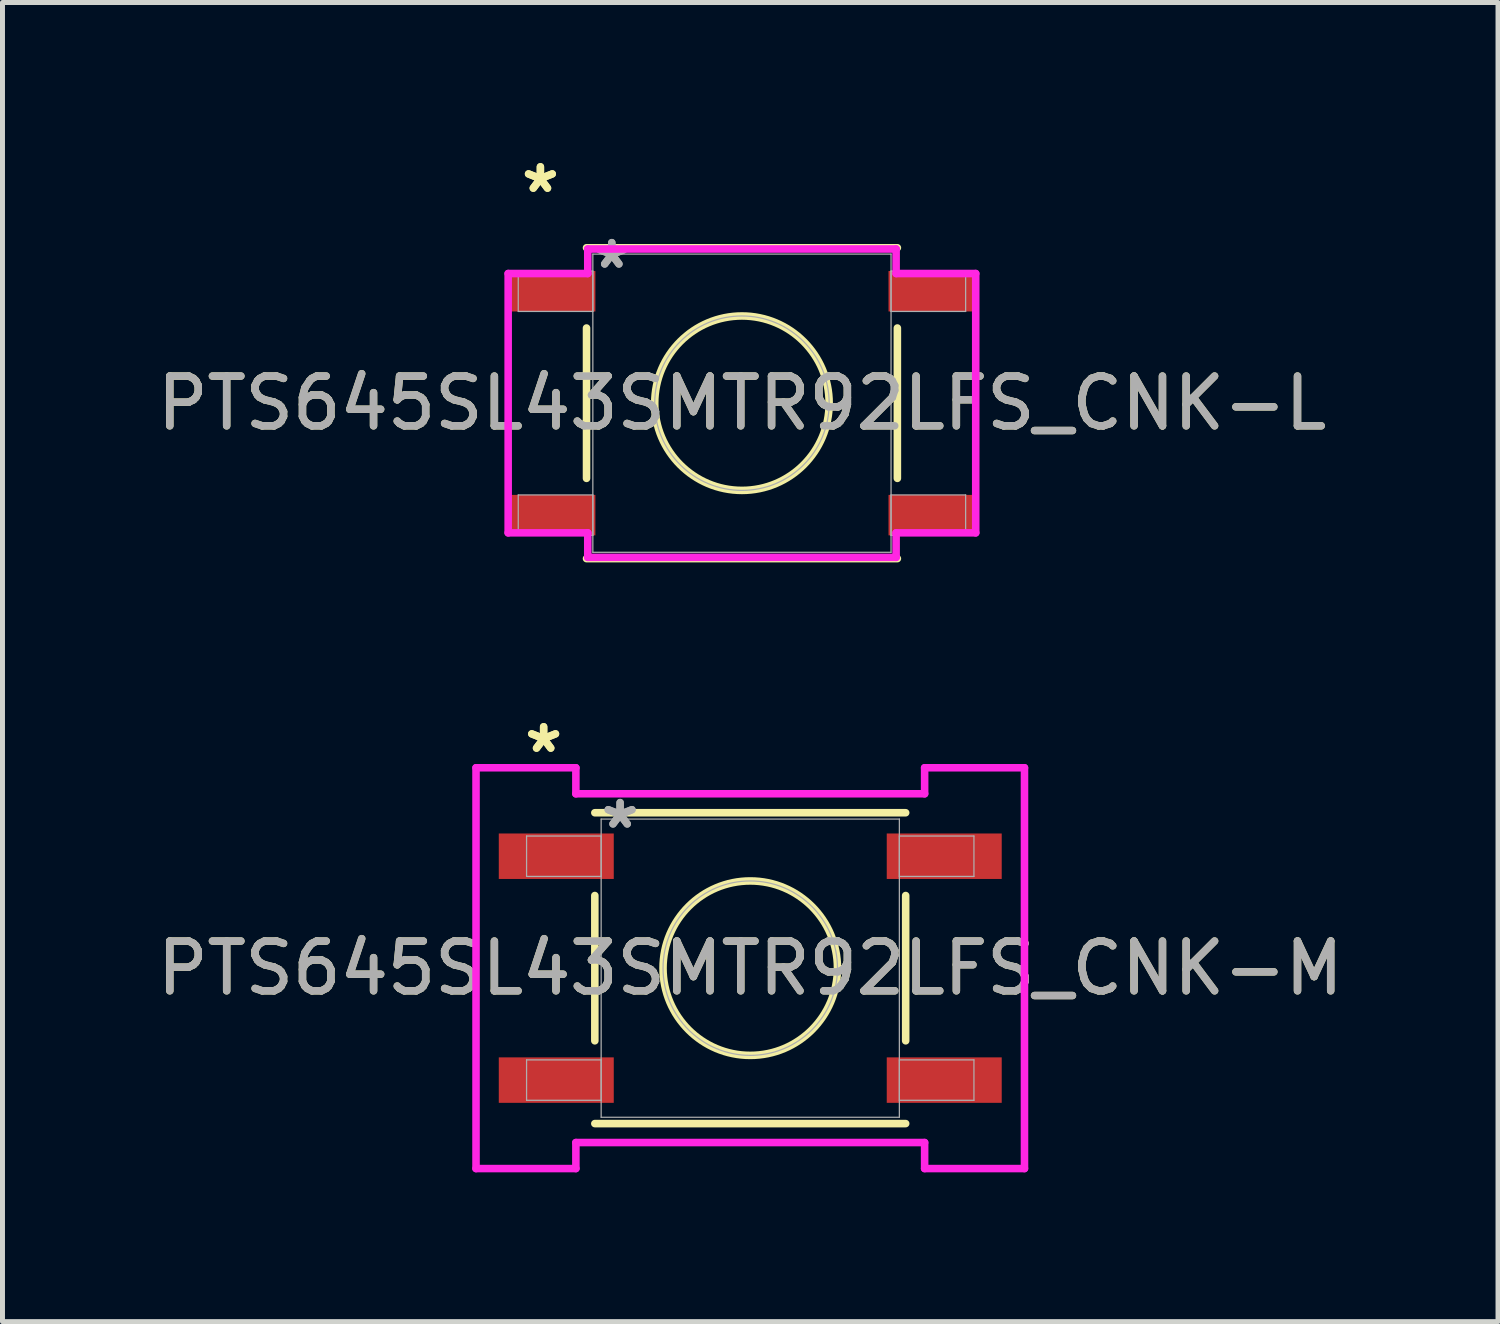
<source format=kicad_pcb>
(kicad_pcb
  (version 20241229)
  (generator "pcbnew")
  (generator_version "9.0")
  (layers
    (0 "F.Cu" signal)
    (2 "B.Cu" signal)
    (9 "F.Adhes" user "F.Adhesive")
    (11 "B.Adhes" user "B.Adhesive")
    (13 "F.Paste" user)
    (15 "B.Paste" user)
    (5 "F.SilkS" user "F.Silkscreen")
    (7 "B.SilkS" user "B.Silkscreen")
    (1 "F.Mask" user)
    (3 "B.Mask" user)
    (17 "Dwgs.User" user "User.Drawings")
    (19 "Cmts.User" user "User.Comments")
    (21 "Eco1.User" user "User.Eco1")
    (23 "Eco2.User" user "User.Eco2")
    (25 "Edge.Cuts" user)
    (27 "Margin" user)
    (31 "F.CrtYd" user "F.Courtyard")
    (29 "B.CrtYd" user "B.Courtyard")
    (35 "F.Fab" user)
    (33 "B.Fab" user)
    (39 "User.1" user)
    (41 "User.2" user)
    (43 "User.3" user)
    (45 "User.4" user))
  (footprint "PTS645SL43SMTR92LFS_CNK-L"
    (layer "F.Cu")
    (at 11.863 5.054)
    (property "Reference" "PTS645SL43SMTR92LFS_CNK-L" (at 0 0 0) (unlocked yes) (layer "F.SilkS") (effects (font (size 1 1) (thickness 0.15))))
    (attr smd)
    (fp_line (start -3.124 -1.511) (end -3.124 1.511) (stroke (width 0.152) (type solid)) (layer "F.SilkS"))
    (fp_line (start -3.124 3.124) (end 3.124 3.124) (stroke (width 0.152) (type solid)) (layer "F.SilkS"))
    (fp_line (start 3.124 -3.124) (end -3.124 -3.124) (stroke (width 0.152) (type solid)) (layer "F.SilkS"))
    (fp_line (start 3.124 1.511) (end 3.124 -1.511) (stroke (width 0.152) (type solid)) (layer "F.SilkS"))
    (fp_circle (center 0 0) (end 1.753 0) (stroke (width 0.152) (type solid)) (fill no) (layer "F.SilkS"))
    (fp_line (start -4.699 -2.606) (end -3.099 -2.606) (stroke (width 0.152) (type solid)) (layer "F.CrtYd"))
    (fp_line (start -4.699 2.606) (end -4.699 -2.606) (stroke (width 0.152) (type solid)) (layer "F.CrtYd"))
    (fp_line (start -3.099 -3.099) (end 3.099 -3.099) (stroke (width 0.152) (type solid)) (layer "F.CrtYd"))
    (fp_line (start -3.099 -2.606) (end -3.099 -3.099) (stroke (width 0.152) (type solid)) (layer "F.CrtYd"))
    (fp_line (start -3.099 2.606) (end -4.699 2.606) (stroke (width 0.152) (type solid)) (layer "F.CrtYd"))
    (fp_line (start -3.099 3.099) (end -3.099 2.606) (stroke (width 0.152) (type solid)) (layer "F.CrtYd"))
    (fp_line (start 3.099 -3.099) (end 3.099 -2.606) (stroke (width 0.152) (type solid)) (layer "F.CrtYd"))
    (fp_line (start 3.099 -2.606) (end 4.699 -2.606) (stroke (width 0.152) (type solid)) (layer "F.CrtYd"))
    (fp_line (start 3.099 2.606) (end 3.099 3.099) (stroke (width 0.152) (type solid)) (layer "F.CrtYd"))
    (fp_line (start 3.099 3.099) (end -3.099 3.099) (stroke (width 0.152) (type solid)) (layer "F.CrtYd"))
    (fp_line (start 4.699 -2.606) (end 4.699 2.606) (stroke (width 0.152) (type solid)) (layer "F.CrtYd"))
    (fp_line (start 4.699 2.606) (end 3.099 2.606) (stroke (width 0.152) (type solid)) (layer "F.CrtYd"))
    (fp_line (start -4.496 -2.656) (end -4.496 -1.844) (stroke (width 0.025) (type solid)) (layer "F.Fab"))
    (fp_line (start -4.496 -1.844) (end -2.997 -1.844) (stroke (width 0.025) (type solid)) (layer "F.Fab"))
    (fp_line (start -4.496 1.844) (end -4.496 2.656) (stroke (width 0.025) (type solid)) (layer "F.Fab"))
    (fp_line (start -4.496 2.656) (end -2.997 2.656) (stroke (width 0.025) (type solid)) (layer "F.Fab"))
    (fp_line (start -2.997 -2.997) (end -2.997 2.997) (stroke (width 0.025) (type solid)) (layer "F.Fab"))
    (fp_line (start -2.997 -2.656) (end -4.496 -2.656) (stroke (width 0.025) (type solid)) (layer "F.Fab"))
    (fp_line (start -2.997 -1.844) (end -2.997 -2.656) (stroke (width 0.025) (type solid)) (layer "F.Fab"))
    (fp_line (start -2.997 1.844) (end -4.496 1.844) (stroke (width 0.025) (type solid)) (layer "F.Fab"))
    (fp_line (start -2.997 2.656) (end -2.997 1.844) (stroke (width 0.025) (type solid)) (layer "F.Fab"))
    (fp_line (start -2.997 2.997) (end 2.997 2.997) (stroke (width 0.025) (type solid)) (layer "F.Fab"))
    (fp_line (start 2.997 -2.997) (end -2.997 -2.997) (stroke (width 0.025) (type solid)) (layer "F.Fab"))
    (fp_line (start 2.997 -2.656) (end 2.997 -1.844) (stroke (width 0.025) (type solid)) (layer "F.Fab"))
    (fp_line (start 2.997 -1.844) (end 4.496 -1.844) (stroke (width 0.025) (type solid)) (layer "F.Fab"))
    (fp_line (start 2.997 1.844) (end 2.997 2.656) (stroke (width 0.025) (type solid)) (layer "F.Fab"))
    (fp_line (start 2.997 2.656) (end 4.496 2.656) (stroke (width 0.025) (type solid)) (layer "F.Fab"))
    (fp_line (start 2.997 2.997) (end 2.997 -2.997) (stroke (width 0.025) (type solid)) (layer "F.Fab"))
    (fp_line (start 4.496 -2.656) (end 2.997 -2.656) (stroke (width 0.025) (type solid)) (layer "F.Fab"))
    (fp_line (start 4.496 -1.844) (end 4.496 -2.656) (stroke (width 0.025) (type solid)) (layer "F.Fab"))
    (fp_line (start 4.496 1.844) (end 2.997 1.844) (stroke (width 0.025) (type solid)) (layer "F.Fab"))
    (fp_line (start 4.496 2.656) (end 4.496 1.844) (stroke (width 0.025) (type solid)) (layer "F.Fab"))
    (fp_circle (center 0 0) (end 1.753 0) (stroke (width 0.025) (type solid)) (fill no) (layer "F.Fab"))
    (fp_text user "*" (at -4.051 -4.206 0) (unlocked yes) (layer "F.SilkS") (effects (font (size 1 1) (thickness 0.15))))
    (fp_text user "*" (at -4.051 -4.206 0) (layer "F.SilkS") (effects (font (size 1 1) (thickness 0.15))))
    (fp_text user "${REFERENCE}" (at 0 0 0) (unlocked yes) (layer "F.Fab") (effects (font (size 1 1) (thickness 0.15))))
    (fp_text user "*" (at -2.616 -2.682 0) (layer "F.Fab") (effects (font (size 1 1) (thickness 0.15))))
    (fp_text user "*" (at -2.616 -2.682 0) (unlocked yes) (layer "F.Fab") (effects (font (size 1 1) (thickness 0.15))))
    (pad "1" smd rect (at -3.797 -2.25) (size 1.702 0.813) (layers "F.Cu" "F.Mask" "F.Paste"))
    (pad "2" smd rect (at 3.797 -2.25) (size 1.702 0.813) (layers "F.Cu" "F.Mask" "F.Paste"))
    (pad "3" smd rect (at -3.797 2.25) (size 1.702 0.813) (layers "F.Cu" "F.Mask" "F.Paste"))
    (pad "4" smd rect (at 3.797 2.25) (size 1.702 0.813) (layers "F.Cu" "F.Mask" "F.Paste")))
  (footprint "PTS645SL43SMTR92LFS_CNK-M"
    (layer "F.Cu")
    (at 12.03 16.41)
    (property "Reference" "PTS645SL43SMTR92LFS_CNK-M" (at 0 0 0) (unlocked yes) (layer "F.SilkS") (effects (font (size 1 1) (thickness 0.15))))
    (attr smd)
    (fp_line (start -3.124 -1.46) (end -3.124 1.46) (stroke (width 0.152) (type solid)) (layer "F.SilkS"))
    (fp_line (start -3.124 3.124) (end 3.124 3.124) (stroke (width 0.152) (type solid)) (layer "F.SilkS"))
    (fp_line (start 3.124 -3.124) (end -3.124 -3.124) (stroke (width 0.152) (type solid)) (layer "F.SilkS"))
    (fp_line (start 3.124 1.46) (end 3.124 -1.46) (stroke (width 0.152) (type solid)) (layer "F.SilkS"))
    (fp_circle (center 0 0) (end 1.753 0) (stroke (width 0.152) (type solid)) (fill no) (layer "F.SilkS"))
    (fp_line (start -5.512 -4.028) (end -3.505 -4.028) (stroke (width 0.152) (type solid)) (layer "F.CrtYd"))
    (fp_line (start -5.512 4.028) (end -5.512 -4.028) (stroke (width 0.152) (type solid)) (layer "F.CrtYd"))
    (fp_line (start -3.505 -4.028) (end -3.505 -3.505) (stroke (width 0.152) (type solid)) (layer "F.CrtYd"))
    (fp_line (start -3.505 -3.505) (end 3.505 -3.505) (stroke (width 0.152) (type solid)) (layer "F.CrtYd"))
    (fp_line (start -3.505 3.505) (end -3.505 4.028) (stroke (width 0.152) (type solid)) (layer "F.CrtYd"))
    (fp_line (start -3.505 4.028) (end -5.512 4.028) (stroke (width 0.152) (type solid)) (layer "F.CrtYd"))
    (fp_line (start 3.505 -4.028) (end 5.512 -4.028) (stroke (width 0.152) (type solid)) (layer "F.CrtYd"))
    (fp_line (start 3.505 -3.505) (end 3.505 -4.028) (stroke (width 0.152) (type solid)) (layer "F.CrtYd"))
    (fp_line (start 3.505 3.505) (end -3.505 3.505) (stroke (width 0.152) (type solid)) (layer "F.CrtYd"))
    (fp_line (start 3.505 4.028) (end 3.505 3.505) (stroke (width 0.152) (type solid)) (layer "F.CrtYd"))
    (fp_line (start 5.512 -4.028) (end 5.512 4.028) (stroke (width 0.152) (type solid)) (layer "F.CrtYd"))
    (fp_line (start 5.512 4.028) (end 3.505 4.028) (stroke (width 0.152) (type solid)) (layer "F.CrtYd"))
    (fp_line (start -4.496 -2.656) (end -4.496 -1.844) (stroke (width 0.025) (type solid)) (layer "F.Fab"))
    (fp_line (start -4.496 -1.844) (end -2.997 -1.844) (stroke (width 0.025) (type solid)) (layer "F.Fab"))
    (fp_line (start -4.496 1.844) (end -4.496 2.656) (stroke (width 0.025) (type solid)) (layer "F.Fab"))
    (fp_line (start -4.496 2.656) (end -2.997 2.656) (stroke (width 0.025) (type solid)) (layer "F.Fab"))
    (fp_line (start -2.997 -2.997) (end -2.997 2.997) (stroke (width 0.025) (type solid)) (layer "F.Fab"))
    (fp_line (start -2.997 -2.656) (end -4.496 -2.656) (stroke (width 0.025) (type solid)) (layer "F.Fab"))
    (fp_line (start -2.997 -1.844) (end -2.997 -2.656) (stroke (width 0.025) (type solid)) (layer "F.Fab"))
    (fp_line (start -2.997 1.844) (end -4.496 1.844) (stroke (width 0.025) (type solid)) (layer "F.Fab"))
    (fp_line (start -2.997 2.656) (end -2.997 1.844) (stroke (width 0.025) (type solid)) (layer "F.Fab"))
    (fp_line (start -2.997 2.997) (end 2.997 2.997) (stroke (width 0.025) (type solid)) (layer "F.Fab"))
    (fp_line (start 2.997 -2.997) (end -2.997 -2.997) (stroke (width 0.025) (type solid)) (layer "F.Fab"))
    (fp_line (start 2.997 -2.656) (end 2.997 -1.844) (stroke (width 0.025) (type solid)) (layer "F.Fab"))
    (fp_line (start 2.997 -1.844) (end 4.496 -1.844) (stroke (width 0.025) (type solid)) (layer "F.Fab"))
    (fp_line (start 2.997 1.844) (end 2.997 2.656) (stroke (width 0.025) (type solid)) (layer "F.Fab"))
    (fp_line (start 2.997 2.656) (end 4.496 2.656) (stroke (width 0.025) (type solid)) (layer "F.Fab"))
    (fp_line (start 2.997 2.997) (end 2.997 -2.997) (stroke (width 0.025) (type solid)) (layer "F.Fab"))
    (fp_line (start 4.496 -2.656) (end 2.997 -2.656) (stroke (width 0.025) (type solid)) (layer "F.Fab"))
    (fp_line (start 4.496 -1.844) (end 4.496 -2.656) (stroke (width 0.025) (type solid)) (layer "F.Fab"))
    (fp_line (start 4.496 1.844) (end 2.997 1.844) (stroke (width 0.025) (type solid)) (layer "F.Fab"))
    (fp_line (start 4.496 2.656) (end 4.496 1.844) (stroke (width 0.025) (type solid)) (layer "F.Fab"))
    (fp_circle (center 0 0) (end 1.753 0) (stroke (width 0.025) (type solid)) (fill no) (layer "F.Fab"))
    (fp_text user "*" (at -4.153 -4.307 0) (layer "F.SilkS") (effects (font (size 1 1) (thickness 0.15))))
    (fp_text user "*" (at -4.153 -4.307 0) (unlocked yes) (layer "F.SilkS") (effects (font (size 1 1) (thickness 0.15))))
    (fp_text user "${REFERENCE}" (at 0 0 0) (unlocked yes) (layer "F.Fab") (effects (font (size 1 1) (thickness 0.15))))
    (fp_text user "*" (at -2.616 -2.783 0) (unlocked yes) (layer "F.Fab") (effects (font (size 1 1) (thickness 0.15))))
    (fp_text user "*" (at -2.616 -2.783 0) (layer "F.Fab") (effects (font (size 1 1) (thickness 0.15))))
    (pad "1" smd rect (at -3.899 -2.25) (size 2.311 0.914) (layers "F.Cu" "F.Mask" "F.Paste"))
    (pad "2" smd rect (at 3.899 -2.25) (size 2.311 0.914) (layers "F.Cu" "F.Mask" "F.Paste"))
    (pad "3" smd rect (at -3.899 2.25) (size 2.311 0.914) (layers "F.Cu" "F.Mask" "F.Paste"))
    (pad "4" smd rect (at 3.899 2.25) (size 2.311 0.914) (layers "F.Cu" "F.Mask" "F.Paste")))
  (gr_rect
    (start -3 -3)
    (end 27.06 23.514)
    (stroke (width 0.1) (type default))
    (fill no)
    (layer "Edge.Cuts")))
</source>
